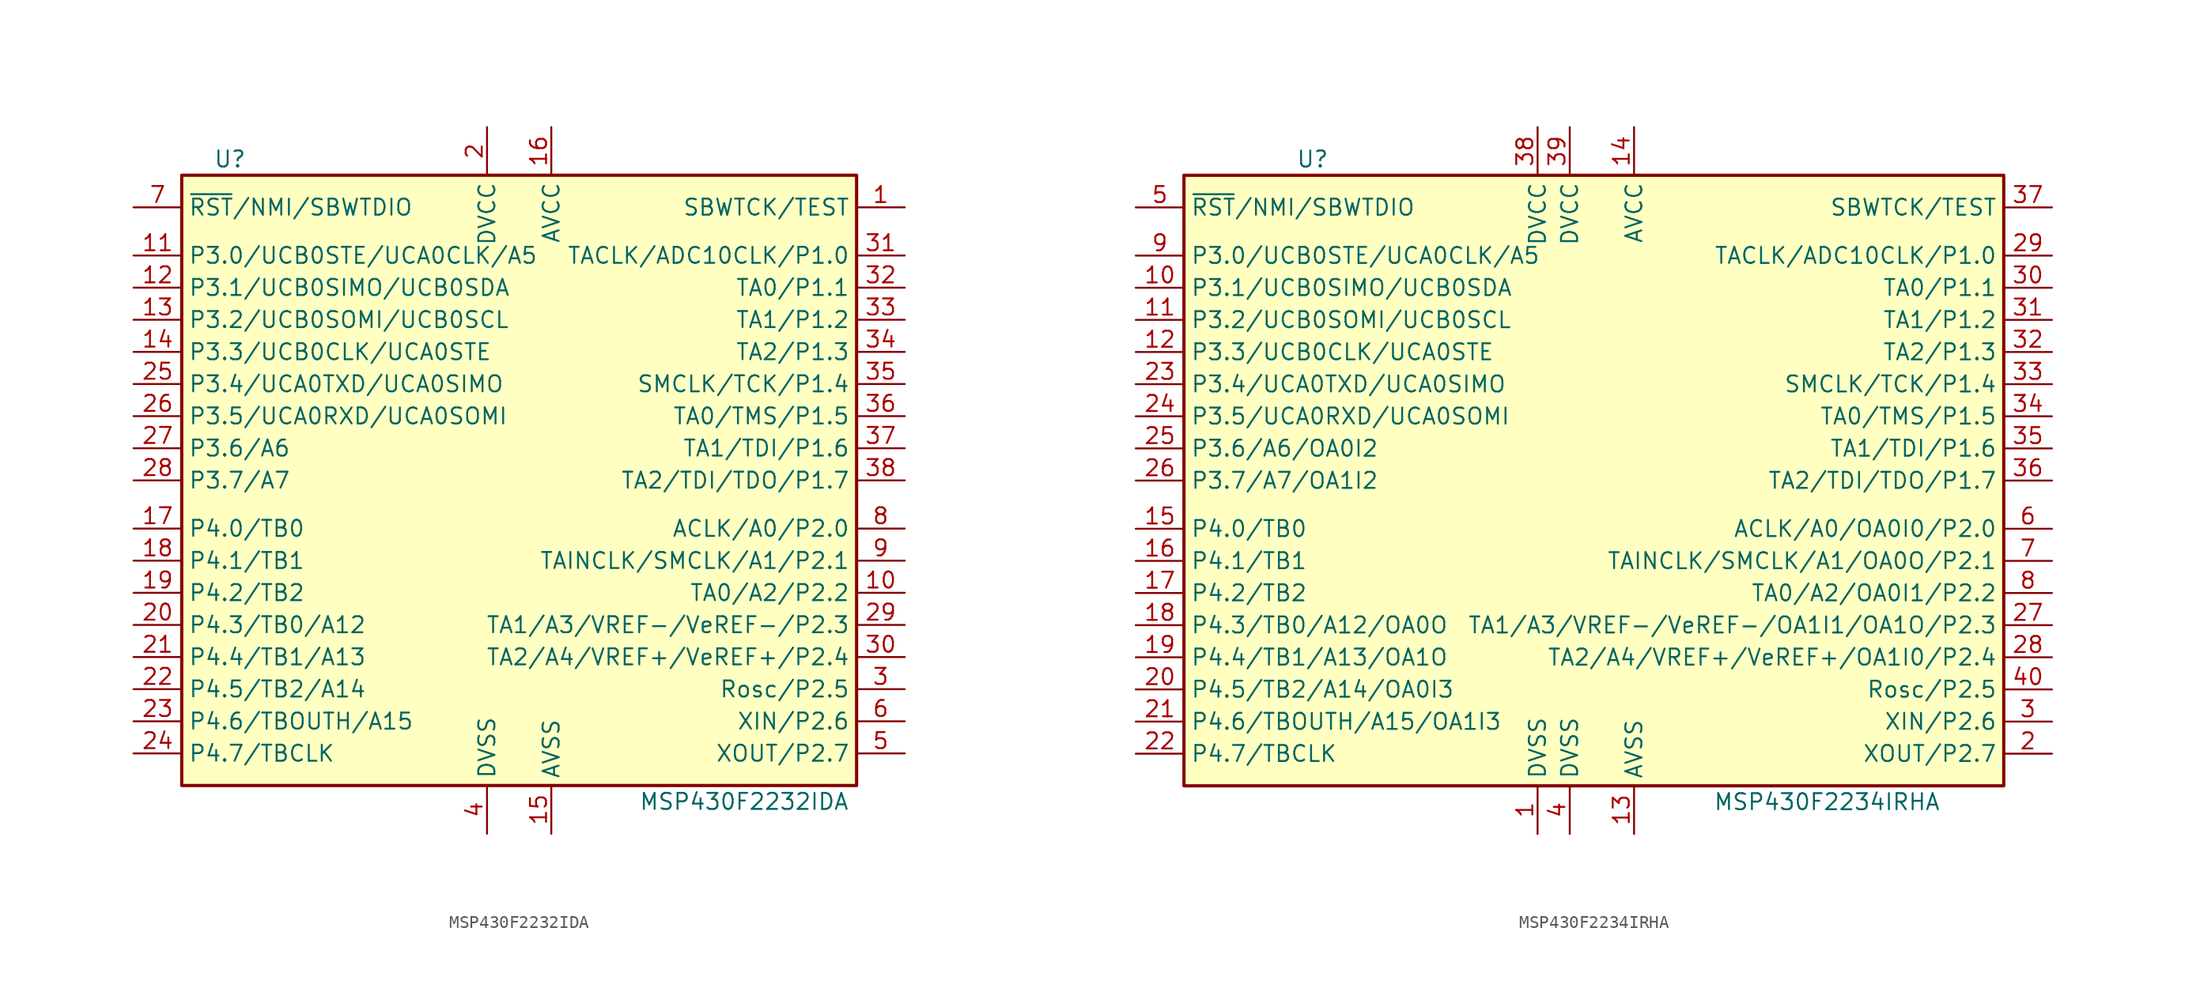
<source format=kicad_sym>
(kicad_symbol_lib
  (version 20201005)
  (generator kicad_symbol_editor)
  (symbol "MSP430F2232IDA"
    (property "Reference" "U"
      (at -22.86 25.4 0)
      (effects (font (size 1.27 1.27))))
    (property "Value" "MSP430F2232IDA"
      (at 17.78 -25.4 0)
      (effects (font (size 1.27 1.27))))
    (symbol "MSP430F2232IDA_0_1"
      (rectangle (start -26.67 24.13) (end 26.67 -24.13) (stroke (width 0.254)) (fill (type background))))
    (symbol "MSP430F2232IDA_1_1"
      (pin input line (at 30.48 21.59 180) (length 3.81) (name "SBWTCK/TEST" (effects (font (size 1.27 1.27)))) (number "1" (effects (font (size 1.27 1.27)))))
      (pin bidirectional line (at 30.48 -8.89 180) (length 3.81) (name "TA0/A2/P2.2" (effects (font (size 1.27 1.27)))) (number "10" (effects (font (size 1.27 1.27)))))
      (pin bidirectional line (at -30.48 17.78 0) (length 3.81) (name "P3.0/UCB0STE/UCA0CLK/A5" (effects (font (size 1.27 1.27)))) (number "11" (effects (font (size 1.27 1.27)))))
      (pin bidirectional line (at -30.48 15.24 0) (length 3.81) (name "P3.1/UCB0SIMO/UCB0SDA" (effects (font (size 1.27 1.27)))) (number "12" (effects (font (size 1.27 1.27)))))
      (pin bidirectional line (at -30.48 12.7 0) (length 3.81) (name "P3.2/UCB0SOMI/UCB0SCL" (effects (font (size 1.27 1.27)))) (number "13" (effects (font (size 1.27 1.27)))))
      (pin bidirectional line (at -30.48 10.16 0) (length 3.81) (name "P3.3/UCB0CLK/UCA0STE" (effects (font (size 1.27 1.27)))) (number "14" (effects (font (size 1.27 1.27)))))
      (pin power_in line (at 2.54 -27.94 90) (length 3.81) (name "AVSS" (effects (font (size 1.27 1.27)))) (number "15" (effects (font (size 1.27 1.27)))))
      (pin power_in line (at 2.54 27.94 270) (length 3.81) (name "AVCC" (effects (font (size 1.27 1.27)))) (number "16" (effects (font (size 1.27 1.27)))))
      (pin bidirectional line (at -30.48 -3.81 0) (length 3.81) (name "P4.0/TB0" (effects (font (size 1.27 1.27)))) (number "17" (effects (font (size 1.27 1.27)))))
      (pin bidirectional line (at -30.48 -6.35 0) (length 3.81) (name "P4.1/TB1" (effects (font (size 1.27 1.27)))) (number "18" (effects (font (size 1.27 1.27)))))
      (pin bidirectional line (at -30.48 -8.89 0) (length 3.81) (name "P4.2/TB2" (effects (font (size 1.27 1.27)))) (number "19" (effects (font (size 1.27 1.27)))))
      (pin power_in line (at -2.54 27.94 270) (length 3.81) (name "DVCC" (effects (font (size 1.27 1.27)))) (number "2" (effects (font (size 1.27 1.27)))))
      (pin bidirectional line (at -30.48 -11.43 0) (length 3.81) (name "P4.3/TB0/A12" (effects (font (size 1.27 1.27)))) (number "20" (effects (font (size 1.27 1.27)))))
      (pin bidirectional line (at -30.48 -13.97 0) (length 3.81) (name "P4.4/TB1/A13" (effects (font (size 1.27 1.27)))) (number "21" (effects (font (size 1.27 1.27)))))
      (pin bidirectional line (at -30.48 -16.51 0) (length 3.81) (name "P4.5/TB2/A14" (effects (font (size 1.27 1.27)))) (number "22" (effects (font (size 1.27 1.27)))))
      (pin bidirectional line (at -30.48 -19.05 0) (length 3.81) (name "P4.6/TBOUTH/A15" (effects (font (size 1.27 1.27)))) (number "23" (effects (font (size 1.27 1.27)))))
      (pin bidirectional line (at -30.48 -21.59 0) (length 3.81) (name "P4.7/TBCLK" (effects (font (size 1.27 1.27)))) (number "24" (effects (font (size 1.27 1.27)))))
      (pin bidirectional line (at -30.48 7.62 0) (length 3.81) (name "P3.4/UCA0TXD/UCA0SIMO" (effects (font (size 1.27 1.27)))) (number "25" (effects (font (size 1.27 1.27)))))
      (pin bidirectional line (at -30.48 5.08 0) (length 3.81) (name "P3.5/UCA0RXD/UCA0SOMI" (effects (font (size 1.27 1.27)))) (number "26" (effects (font (size 1.27 1.27)))))
      (pin bidirectional line (at -30.48 2.54 0) (length 3.81) (name "P3.6/A6" (effects (font (size 1.27 1.27)))) (number "27" (effects (font (size 1.27 1.27)))))
      (pin bidirectional line (at -30.48 0 0) (length 3.81) (name "P3.7/A7" (effects (font (size 1.27 1.27)))) (number "28" (effects (font (size 1.27 1.27)))))
      (pin bidirectional line (at 30.48 -11.43 180) (length 3.81) (name "TA1/A3/VREF-/VeREF-/P2.3" (effects (font (size 1.27 1.27)))) (number "29" (effects (font (size 1.27 1.27)))))
      (pin bidirectional line (at 30.48 -16.51 180) (length 3.81) (name "Rosc/P2.5" (effects (font (size 1.27 1.27)))) (number "3" (effects (font (size 1.27 1.27)))))
      (pin bidirectional line (at 30.48 -13.97 180) (length 3.81) (name "TA2/A4/VREF+/VeREF+/P2.4" (effects (font (size 1.27 1.27)))) (number "30" (effects (font (size 1.27 1.27)))))
      (pin bidirectional line (at 30.48 17.78 180) (length 3.81) (name "TACLK/ADC10CLK/P1.0" (effects (font (size 1.27 1.27)))) (number "31" (effects (font (size 1.27 1.27)))))
      (pin bidirectional line (at 30.48 15.24 180) (length 3.81) (name "TA0/P1.1" (effects (font (size 1.27 1.27)))) (number "32" (effects (font (size 1.27 1.27)))))
      (pin bidirectional line (at 30.48 12.7 180) (length 3.81) (name "TA1/P1.2" (effects (font (size 1.27 1.27)))) (number "33" (effects (font (size 1.27 1.27)))))
      (pin bidirectional line (at 30.48 10.16 180) (length 3.81) (name "TA2/P1.3" (effects (font (size 1.27 1.27)))) (number "34" (effects (font (size 1.27 1.27)))))
      (pin bidirectional line (at 30.48 7.62 180) (length 3.81) (name "SMCLK/TCK/P1.4" (effects (font (size 1.27 1.27)))) (number "35" (effects (font (size 1.27 1.27)))))
      (pin bidirectional line (at 30.48 5.08 180) (length 3.81) (name "TA0/TMS/P1.5" (effects (font (size 1.27 1.27)))) (number "36" (effects (font (size 1.27 1.27)))))
      (pin bidirectional line (at 30.48 2.54 180) (length 3.81) (name "TA1/TDI/P1.6" (effects (font (size 1.27 1.27)))) (number "37" (effects (font (size 1.27 1.27)))))
      (pin bidirectional line (at 30.48 0 180) (length 3.81) (name "TA2/TDI/TDO/P1.7" (effects (font (size 1.27 1.27)))) (number "38" (effects (font (size 1.27 1.27)))))
      (pin power_in line (at -2.54 -27.94 90) (length 3.81) (name "DVSS" (effects (font (size 1.27 1.27)))) (number "4" (effects (font (size 1.27 1.27)))))
      (pin bidirectional line (at 30.48 -21.59 180) (length 3.81) (name "XOUT/P2.7" (effects (font (size 1.27 1.27)))) (number "5" (effects (font (size 1.27 1.27)))))
      (pin bidirectional line (at 30.48 -19.05 180) (length 3.81) (name "XIN/P2.6" (effects (font (size 1.27 1.27)))) (number "6" (effects (font (size 1.27 1.27)))))
      (pin bidirectional line (at -30.48 21.59 0) (length 3.81) (name "~RST~/NMI/SBWTDIO" (effects (font (size 1.27 1.27)))) (number "7" (effects (font (size 1.27 1.27)))))
      (pin bidirectional line (at 30.48 -3.81 180) (length 3.81) (name "ACLK/A0/P2.0" (effects (font (size 1.27 1.27)))) (number "8" (effects (font (size 1.27 1.27)))))
      (pin bidirectional line (at 30.48 -6.35 180) (length 3.81) (name "TAINCLK/SMCLK/A1/P2.1" (effects (font (size 1.27 1.27)))) (number "9" (effects (font (size 1.27 1.27)))))))
  (symbol "MSP430F2234IRHA"
    (property "Reference" "U"
      (at -22.86 25.4 0)
      (effects (font (size 1.27 1.27))))
    (property "Value" "MSP430F2234IRHA"
      (at 17.78 -25.4 0)
      (effects (font (size 1.27 1.27))))
    (symbol "MSP430F2234IRHA_0_1"
      (rectangle (start -33.02 24.13) (end 31.75 -24.13) (stroke (width 0.254)) (fill (type background))))
    (symbol "MSP430F2234IRHA_1_1"
      (pin power_in line (at -5.08 -27.94 90) (length 3.81) (name "DVSS" (effects (font (size 1.27 1.27)))) (number "1" (effects (font (size 1.27 1.27)))))
      (pin bidirectional line (at -36.83 15.24 0) (length 3.81) (name "P3.1/UCB0SIMO/UCB0SDA" (effects (font (size 1.27 1.27)))) (number "10" (effects (font (size 1.27 1.27)))))
      (pin bidirectional line (at -36.83 12.7 0) (length 3.81) (name "P3.2/UCB0SOMI/UCB0SCL" (effects (font (size 1.27 1.27)))) (number "11" (effects (font (size 1.27 1.27)))))
      (pin bidirectional line (at -36.83 10.16 0) (length 3.81) (name "P3.3/UCB0CLK/UCA0STE" (effects (font (size 1.27 1.27)))) (number "12" (effects (font (size 1.27 1.27)))))
      (pin power_in line (at 2.54 -27.94 90) (length 3.81) (name "AVSS" (effects (font (size 1.27 1.27)))) (number "13" (effects (font (size 1.27 1.27)))))
      (pin power_in line (at 2.54 27.94 270) (length 3.81) (name "AVCC" (effects (font (size 1.27 1.27)))) (number "14" (effects (font (size 1.27 1.27)))))
      (pin bidirectional line (at -36.83 -3.81 0) (length 3.81) (name "P4.0/TB0" (effects (font (size 1.27 1.27)))) (number "15" (effects (font (size 1.27 1.27)))))
      (pin bidirectional line (at -36.83 -6.35 0) (length 3.81) (name "P4.1/TB1" (effects (font (size 1.27 1.27)))) (number "16" (effects (font (size 1.27 1.27)))))
      (pin bidirectional line (at -36.83 -8.89 0) (length 3.81) (name "P4.2/TB2" (effects (font (size 1.27 1.27)))) (number "17" (effects (font (size 1.27 1.27)))))
      (pin bidirectional line (at -36.83 -11.43 0) (length 3.81) (name "P4.3/TB0/A12/OA0O" (effects (font (size 1.27 1.27)))) (number "18" (effects (font (size 1.27 1.27)))))
      (pin bidirectional line (at -36.83 -13.97 0) (length 3.81) (name "P4.4/TB1/A13/OA1O" (effects (font (size 1.27 1.27)))) (number "19" (effects (font (size 1.27 1.27)))))
      (pin bidirectional line (at 35.56 -21.59 180) (length 3.81) (name "XOUT/P2.7" (effects (font (size 1.27 1.27)))) (number "2" (effects (font (size 1.27 1.27)))))
      (pin bidirectional line (at -36.83 -16.51 0) (length 3.81) (name "P4.5/TB2/A14/OA0I3" (effects (font (size 1.27 1.27)))) (number "20" (effects (font (size 1.27 1.27)))))
      (pin bidirectional line (at -36.83 -19.05 0) (length 3.81) (name "P4.6/TBOUTH/A15/OA1I3" (effects (font (size 1.27 1.27)))) (number "21" (effects (font (size 1.27 1.27)))))
      (pin bidirectional line (at -36.83 -21.59 0) (length 3.81) (name "P4.7/TBCLK" (effects (font (size 1.27 1.27)))) (number "22" (effects (font (size 1.27 1.27)))))
      (pin bidirectional line (at -36.83 7.62 0) (length 3.81) (name "P3.4/UCA0TXD/UCA0SIMO" (effects (font (size 1.27 1.27)))) (number "23" (effects (font (size 1.27 1.27)))))
      (pin bidirectional line (at -36.83 5.08 0) (length 3.81) (name "P3.5/UCA0RXD/UCA0SOMI" (effects (font (size 1.27 1.27)))) (number "24" (effects (font (size 1.27 1.27)))))
      (pin bidirectional line (at -36.83 2.54 0) (length 3.81) (name "P3.6/A6/OA0I2" (effects (font (size 1.27 1.27)))) (number "25" (effects (font (size 1.27 1.27)))))
      (pin bidirectional line (at -36.83 0 0) (length 3.81) (name "P3.7/A7/OA1I2" (effects (font (size 1.27 1.27)))) (number "26" (effects (font (size 1.27 1.27)))))
      (pin bidirectional line (at 35.56 -11.43 180) (length 3.81) (name "TA1/A3/VREF-/VeREF-/OA1I1/OA1O/P2.3" (effects (font (size 1.27 1.27)))) (number "27" (effects (font (size 1.27 1.27)))))
      (pin bidirectional line (at 35.56 -13.97 180) (length 3.81) (name "TA2/A4/VREF+/VeREF+/OA1I0/P2.4" (effects (font (size 1.27 1.27)))) (number "28" (effects (font (size 1.27 1.27)))))
      (pin bidirectional line (at 35.56 17.78 180) (length 3.81) (name "TACLK/ADC10CLK/P1.0" (effects (font (size 1.27 1.27)))) (number "29" (effects (font (size 1.27 1.27)))))
      (pin bidirectional line (at 35.56 -19.05 180) (length 3.81) (name "XIN/P2.6" (effects (font (size 1.27 1.27)))) (number "3" (effects (font (size 1.27 1.27)))))
      (pin bidirectional line (at 35.56 15.24 180) (length 3.81) (name "TA0/P1.1" (effects (font (size 1.27 1.27)))) (number "30" (effects (font (size 1.27 1.27)))))
      (pin bidirectional line (at 35.56 12.7 180) (length 3.81) (name "TA1/P1.2" (effects (font (size 1.27 1.27)))) (number "31" (effects (font (size 1.27 1.27)))))
      (pin bidirectional line (at 35.56 10.16 180) (length 3.81) (name "TA2/P1.3" (effects (font (size 1.27 1.27)))) (number "32" (effects (font (size 1.27 1.27)))))
      (pin bidirectional line (at 35.56 7.62 180) (length 3.81) (name "SMCLK/TCK/P1.4" (effects (font (size 1.27 1.27)))) (number "33" (effects (font (size 1.27 1.27)))))
      (pin bidirectional line (at 35.56 5.08 180) (length 3.81) (name "TA0/TMS/P1.5" (effects (font (size 1.27 1.27)))) (number "34" (effects (font (size 1.27 1.27)))))
      (pin bidirectional line (at 35.56 2.54 180) (length 3.81) (name "TA1/TDI/P1.6" (effects (font (size 1.27 1.27)))) (number "35" (effects (font (size 1.27 1.27)))))
      (pin bidirectional line (at 35.56 0 180) (length 3.81) (name "TA2/TDI/TDO/P1.7" (effects (font (size 1.27 1.27)))) (number "36" (effects (font (size 1.27 1.27)))))
      (pin input line (at 35.56 21.59 180) (length 3.81) (name "SBWTCK/TEST" (effects (font (size 1.27 1.27)))) (number "37" (effects (font (size 1.27 1.27)))))
      (pin power_in line (at -5.08 27.94 270) (length 3.81) (name "DVCC" (effects (font (size 1.27 1.27)))) (number "38" (effects (font (size 1.27 1.27)))))
      (pin power_in line (at -2.54 27.94 270) (length 3.81) (name "DVCC" (effects (font (size 1.27 1.27)))) (number "39" (effects (font (size 1.27 1.27)))))
      (pin power_in line (at -2.54 -27.94 90) (length 3.81) (name "DVSS" (effects (font (size 1.27 1.27)))) (number "4" (effects (font (size 1.27 1.27)))))
      (pin bidirectional line (at 35.56 -16.51 180) (length 3.81) (name "Rosc/P2.5" (effects (font (size 1.27 1.27)))) (number "40" (effects (font (size 1.27 1.27)))))
      (pin bidirectional line (at -36.83 21.59 0) (length 3.81) (name "~RST~/NMI/SBWTDIO" (effects (font (size 1.27 1.27)))) (number "5" (effects (font (size 1.27 1.27)))))
      (pin bidirectional line (at 35.56 -3.81 180) (length 3.81) (name "ACLK/A0/OA0I0/P2.0" (effects (font (size 1.27 1.27)))) (number "6" (effects (font (size 1.27 1.27)))))
      (pin bidirectional line (at 35.56 -6.35 180) (length 3.81) (name "TAINCLK/SMCLK/A1/OA0O/P2.1" (effects (font (size 1.27 1.27)))) (number "7" (effects (font (size 1.27 1.27)))))
      (pin bidirectional line (at 35.56 -8.89 180) (length 3.81) (name "TA0/A2/OA0I1/P2.2" (effects (font (size 1.27 1.27)))) (number "8" (effects (font (size 1.27 1.27)))))
      (pin bidirectional line (at -36.83 17.78 0) (length 3.81) (name "P3.0/UCB0STE/UCA0CLK/A5" (effects (font (size 1.27 1.27)))) (number "9" (effects (font (size 1.27 1.27))))))))
</source>
